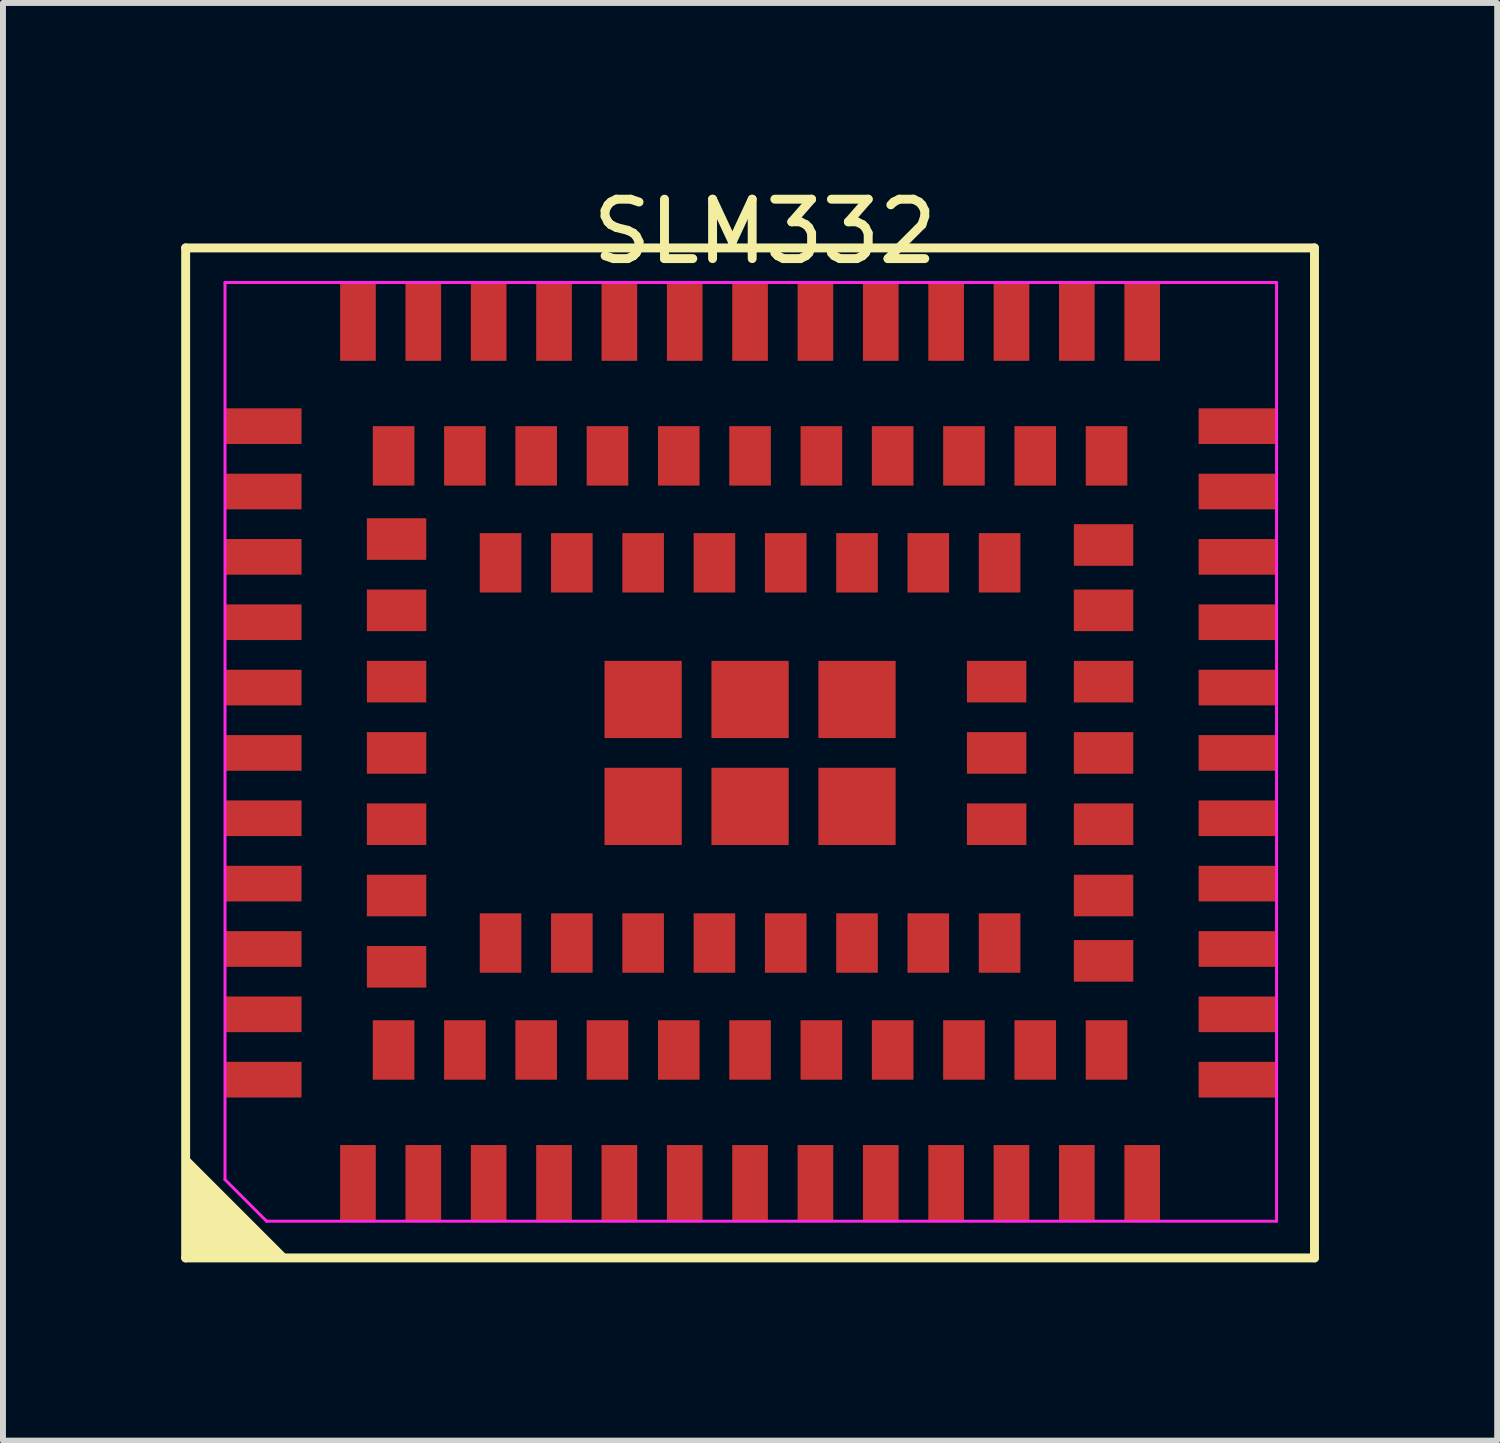
<source format=kicad_pcb>
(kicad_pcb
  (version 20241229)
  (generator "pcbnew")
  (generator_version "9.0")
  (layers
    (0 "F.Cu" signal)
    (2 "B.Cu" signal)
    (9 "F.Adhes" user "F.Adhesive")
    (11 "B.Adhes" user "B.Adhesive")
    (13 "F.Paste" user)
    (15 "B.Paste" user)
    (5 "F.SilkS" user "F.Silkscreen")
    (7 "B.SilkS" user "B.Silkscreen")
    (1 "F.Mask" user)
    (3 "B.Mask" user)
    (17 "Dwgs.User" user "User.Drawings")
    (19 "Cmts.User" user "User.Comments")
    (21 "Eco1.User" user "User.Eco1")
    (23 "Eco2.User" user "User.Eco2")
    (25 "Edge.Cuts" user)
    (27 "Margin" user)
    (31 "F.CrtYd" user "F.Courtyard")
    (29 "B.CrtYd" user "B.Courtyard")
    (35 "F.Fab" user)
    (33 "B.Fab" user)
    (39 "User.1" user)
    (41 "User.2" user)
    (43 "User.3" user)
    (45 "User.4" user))
  (footprint "SLM332"
    (layer "F.Cu")
    (at 9.825 9.873)
    (property "Reference" "SLM332" (at 0 -9.025 180) (layer "F.SilkS") (effects (font (size 1 1) (thickness 0.15))))
    (fp_line (start -9.75 -8.75) (end -9.75 8.25) (stroke (width 0.15) (type solid)) (layer "F.SilkS"))
    (fp_line (start 9.25 -8.75) (end -9.75 -8.75) (stroke (width 0.15) (type solid)) (layer "F.SilkS"))
    (fp_line (start 9.25 -8.75) (end 9.25 8.25) (stroke (width 0.15) (type solid)) (layer "F.SilkS"))
    (fp_line (start 9.25 8.25) (end -9.75 8.25) (stroke (width 0.15) (type solid)) (layer "F.SilkS"))
    (fp_poly (pts (xy -9.75 8.25) (xy -8 8.25) (xy -9.75 6.5)) (stroke (width 0) (type default)) (fill yes) (layer "F.SilkS"))
    (fp_poly (pts (xy -2.35 -1.25) (xy -2.31 -1.25) (xy -2.237 -1.28) (xy -2.18 -1.337) (xy -2.15 -1.41) (xy -2.15 -1.45) (xy -2.15 -1.49) (xy -2.18 -1.563) (xy -2.237 -1.62) (xy -2.31 -1.65) (xy -2.35 -1.65) (xy -2.39 -1.65) (xy -2.463 -1.62) (xy -2.52 -1.563) (xy -2.55 -1.49) (xy -2.55 -1.45) (xy -2.55 -1.41) (xy -2.52 -1.337) (xy -2.463 -1.28) (xy -2.39 -1.25)) (stroke (width 0) (type default)) (fill yes) (layer "F.Paste"))
    (fp_poly (pts (xy -2.35 -0.65) (xy -2.31 -0.65) (xy -2.237 -0.68) (xy -2.18 -0.737) (xy -2.15 -0.81) (xy -2.15 -0.85) (xy -2.15 -0.89) (xy -2.18 -0.963) (xy -2.237 -1.02) (xy -2.31 -1.05) (xy -2.35 -1.05) (xy -2.39 -1.05) (xy -2.463 -1.02) (xy -2.52 -0.963) (xy -2.55 -0.89) (xy -2.55 -0.85) (xy -2.55 -0.81) (xy -2.52 -0.737) (xy -2.463 -0.68) (xy -2.39 -0.65)) (stroke (width 0) (type default)) (fill yes) (layer "F.Paste"))
    (fp_poly (pts (xy -2.35 0.55) (xy -2.31 0.55) (xy -2.237 0.52) (xy -2.18 0.463) (xy -2.15 0.39) (xy -2.15 0.35) (xy -2.15 0.31) (xy -2.18 0.237) (xy -2.237 0.18) (xy -2.31 0.15) (xy -2.35 0.15) (xy -2.39 0.15) (xy -2.463 0.18) (xy -2.52 0.237) (xy -2.55 0.31) (xy -2.55 0.35) (xy -2.55 0.39) (xy -2.52 0.463) (xy -2.463 0.52) (xy -2.39 0.55)) (stroke (width 0) (type default)) (fill yes) (layer "F.Paste"))
    (fp_poly (pts (xy -2.35 1.15) (xy -2.31 1.15) (xy -2.237 1.12) (xy -2.18 1.063) (xy -2.15 0.99) (xy -2.15 0.95) (xy -2.15 0.91) (xy -2.18 0.837) (xy -2.237 0.78) (xy -2.31 0.75) (xy -2.35 0.75) (xy -2.39 0.75) (xy -2.463 0.78) (xy -2.52 0.837) (xy -2.55 0.91) (xy -2.55 0.95) (xy -2.55 0.99) (xy -2.52 1.063) (xy -2.463 1.12) (xy -2.39 1.15)) (stroke (width 0) (type default)) (fill yes) (layer "F.Paste"))
    (fp_poly (pts (xy -1.75 -1.25) (xy -1.71 -1.25) (xy -1.637 -1.28) (xy -1.58 -1.337) (xy -1.55 -1.41) (xy -1.55 -1.45) (xy -1.55 -1.49) (xy -1.58 -1.563) (xy -1.637 -1.62) (xy -1.71 -1.65) (xy -1.75 -1.65) (xy -1.79 -1.65) (xy -1.863 -1.62) (xy -1.92 -1.563) (xy -1.95 -1.49) (xy -1.95 -1.45) (xy -1.95 -1.41) (xy -1.92 -1.337) (xy -1.863 -1.28) (xy -1.79 -1.25)) (stroke (width 0) (type default)) (fill yes) (layer "F.Paste"))
    (fp_poly (pts (xy -1.75 -0.65) (xy -1.71 -0.65) (xy -1.637 -0.68) (xy -1.58 -0.737) (xy -1.55 -0.81) (xy -1.55 -0.85) (xy -1.55 -0.89) (xy -1.58 -0.963) (xy -1.637 -1.02) (xy -1.71 -1.05) (xy -1.75 -1.05) (xy -1.79 -1.05) (xy -1.863 -1.02) (xy -1.92 -0.963) (xy -1.95 -0.89) (xy -1.95 -0.85) (xy -1.95 -0.81) (xy -1.92 -0.737) (xy -1.863 -0.68) (xy -1.79 -0.65)) (stroke (width 0) (type default)) (fill yes) (layer "F.Paste"))
    (fp_poly (pts (xy -1.75 0.55) (xy -1.71 0.55) (xy -1.637 0.52) (xy -1.58 0.463) (xy -1.55 0.39) (xy -1.55 0.35) (xy -1.55 0.31) (xy -1.58 0.237) (xy -1.637 0.18) (xy -1.71 0.15) (xy -1.75 0.15) (xy -1.79 0.15) (xy -1.863 0.18) (xy -1.92 0.237) (xy -1.95 0.31) (xy -1.95 0.35) (xy -1.95 0.39) (xy -1.92 0.463) (xy -1.863 0.52) (xy -1.79 0.55)) (stroke (width 0) (type default)) (fill yes) (layer "F.Paste"))
    (fp_poly (pts (xy -1.75 1.15) (xy -1.71 1.15) (xy -1.637 1.12) (xy -1.58 1.063) (xy -1.55 0.99) (xy -1.55 0.95) (xy -1.55 0.91) (xy -1.58 0.837) (xy -1.637 0.78) (xy -1.71 0.75) (xy -1.75 0.75) (xy -1.79 0.75) (xy -1.863 0.78) (xy -1.92 0.837) (xy -1.95 0.91) (xy -1.95 0.95) (xy -1.95 0.99) (xy -1.92 1.063) (xy -1.863 1.12) (xy -1.79 1.15)) (stroke (width 0) (type default)) (fill yes) (layer "F.Paste"))
    (fp_poly (pts (xy -0.55 -1.25) (xy -0.51 -1.25) (xy -0.437 -1.28) (xy -0.38 -1.337) (xy -0.35 -1.41) (xy -0.35 -1.45) (xy -0.35 -1.49) (xy -0.38 -1.563) (xy -0.437 -1.62) (xy -0.51 -1.65) (xy -0.55 -1.65) (xy -0.59 -1.65) (xy -0.663 -1.62) (xy -0.72 -1.563) (xy -0.75 -1.49) (xy -0.75 -1.45) (xy -0.75 -1.41) (xy -0.72 -1.337) (xy -0.663 -1.28) (xy -0.59 -1.25)) (stroke (width 0) (type default)) (fill yes) (layer "F.Paste"))
    (fp_poly (pts (xy -0.55 -0.65) (xy -0.51 -0.65) (xy -0.437 -0.68) (xy -0.38 -0.737) (xy -0.35 -0.81) (xy -0.35 -0.85) (xy -0.35 -0.89) (xy -0.38 -0.963) (xy -0.437 -1.02) (xy -0.51 -1.05) (xy -0.55 -1.05) (xy -0.59 -1.05) (xy -0.663 -1.02) (xy -0.72 -0.963) (xy -0.75 -0.89) (xy -0.75 -0.85) (xy -0.75 -0.81) (xy -0.72 -0.737) (xy -0.663 -0.68) (xy -0.59 -0.65)) (stroke (width 0) (type default)) (fill yes) (layer "F.Paste"))
    (fp_poly (pts (xy -0.55 0.55) (xy -0.51 0.55) (xy -0.437 0.52) (xy -0.38 0.463) (xy -0.35 0.39) (xy -0.35 0.35) (xy -0.35 0.31) (xy -0.38 0.237) (xy -0.437 0.18) (xy -0.51 0.15) (xy -0.55 0.15) (xy -0.59 0.15) (xy -0.663 0.18) (xy -0.72 0.237) (xy -0.75 0.31) (xy -0.75 0.35) (xy -0.75 0.39) (xy -0.72 0.463) (xy -0.663 0.52) (xy -0.59 0.55)) (stroke (width 0) (type default)) (fill yes) (layer "F.Paste"))
    (fp_poly (pts (xy -0.55 1.15) (xy -0.51 1.15) (xy -0.437 1.12) (xy -0.38 1.063) (xy -0.35 0.99) (xy -0.35 0.95) (xy -0.35 0.91) (xy -0.38 0.837) (xy -0.437 0.78) (xy -0.51 0.75) (xy -0.55 0.75) (xy -0.59 0.75) (xy -0.663 0.78) (xy -0.72 0.837) (xy -0.75 0.91) (xy -0.75 0.95) (xy -0.75 0.99) (xy -0.72 1.063) (xy -0.663 1.12) (xy -0.59 1.15)) (stroke (width 0) (type default)) (fill yes) (layer "F.Paste"))
    (fp_poly (pts (xy 0.05 -1.25) (xy 0.09 -1.25) (xy 0.163 -1.28) (xy 0.22 -1.337) (xy 0.25 -1.41) (xy 0.25 -1.45) (xy 0.25 -1.49) (xy 0.22 -1.563) (xy 0.163 -1.62) (xy 0.09 -1.65) (xy 0.05 -1.65) (xy 0.01 -1.65) (xy -0.063 -1.62) (xy -0.12 -1.563) (xy -0.15 -1.49) (xy -0.15 -1.45) (xy -0.15 -1.41) (xy -0.12 -1.337) (xy -0.063 -1.28) (xy 0.01 -1.25)) (stroke (width 0) (type default)) (fill yes) (layer "F.Paste"))
    (fp_poly (pts (xy 0.05 -0.65) (xy 0.09 -0.65) (xy 0.163 -0.68) (xy 0.22 -0.737) (xy 0.25 -0.81) (xy 0.25 -0.85) (xy 0.25 -0.89) (xy 0.22 -0.963) (xy 0.163 -1.02) (xy 0.09 -1.05) (xy 0.05 -1.05) (xy 0.01 -1.05) (xy -0.063 -1.02) (xy -0.12 -0.963) (xy -0.15 -0.89) (xy -0.15 -0.85) (xy -0.15 -0.81) (xy -0.12 -0.737) (xy -0.063 -0.68) (xy 0.01 -0.65)) (stroke (width 0) (type default)) (fill yes) (layer "F.Paste"))
    (fp_poly (pts (xy 0.05 0.55) (xy 0.09 0.55) (xy 0.163 0.52) (xy 0.22 0.463) (xy 0.25 0.39) (xy 0.25 0.35) (xy 0.25 0.31) (xy 0.22 0.237) (xy 0.163 0.18) (xy 0.09 0.15) (xy 0.05 0.15) (xy 0.01 0.15) (xy -0.063 0.18) (xy -0.12 0.237) (xy -0.15 0.31) (xy -0.15 0.35) (xy -0.15 0.39) (xy -0.12 0.463) (xy -0.063 0.52) (xy 0.01 0.55)) (stroke (width 0) (type default)) (fill yes) (layer "F.Paste"))
    (fp_poly (pts (xy 0.05 1.15) (xy 0.09 1.15) (xy 0.163 1.12) (xy 0.22 1.063) (xy 0.25 0.99) (xy 0.25 0.95) (xy 0.25 0.91) (xy 0.22 0.837) (xy 0.163 0.78) (xy 0.09 0.75) (xy 0.05 0.75) (xy 0.01 0.75) (xy -0.063 0.78) (xy -0.12 0.837) (xy -0.15 0.91) (xy -0.15 0.95) (xy -0.15 0.99) (xy -0.12 1.063) (xy -0.063 1.12) (xy 0.01 1.15)) (stroke (width 0) (type default)) (fill yes) (layer "F.Paste"))
    (fp_poly (pts (xy 1.25 -1.25) (xy 1.29 -1.25) (xy 1.363 -1.28) (xy 1.42 -1.337) (xy 1.45 -1.41) (xy 1.45 -1.45) (xy 1.45 -1.49) (xy 1.42 -1.563) (xy 1.363 -1.62) (xy 1.29 -1.65) (xy 1.25 -1.65) (xy 1.21 -1.65) (xy 1.137 -1.62) (xy 1.08 -1.563) (xy 1.05 -1.49) (xy 1.05 -1.45) (xy 1.05 -1.41) (xy 1.08 -1.337) (xy 1.137 -1.28) (xy 1.21 -1.25)) (stroke (width 0) (type default)) (fill yes) (layer "F.Paste"))
    (fp_poly (pts (xy 1.25 -0.65) (xy 1.29 -0.65) (xy 1.363 -0.68) (xy 1.42 -0.737) (xy 1.45 -0.81) (xy 1.45 -0.85) (xy 1.45 -0.89) (xy 1.42 -0.963) (xy 1.363 -1.02) (xy 1.29 -1.05) (xy 1.25 -1.05) (xy 1.21 -1.05) (xy 1.137 -1.02) (xy 1.08 -0.963) (xy 1.05 -0.89) (xy 1.05 -0.85) (xy 1.05 -0.81) (xy 1.08 -0.737) (xy 1.137 -0.68) (xy 1.21 -0.65)) (stroke (width 0) (type default)) (fill yes) (layer "F.Paste"))
    (fp_poly (pts (xy 1.25 0.55) (xy 1.29 0.55) (xy 1.363 0.52) (xy 1.42 0.463) (xy 1.45 0.39) (xy 1.45 0.35) (xy 1.45 0.31) (xy 1.42 0.237) (xy 1.363 0.18) (xy 1.29 0.15) (xy 1.25 0.15) (xy 1.21 0.15) (xy 1.137 0.18) (xy 1.08 0.237) (xy 1.05 0.31) (xy 1.05 0.35) (xy 1.05 0.39) (xy 1.08 0.463) (xy 1.137 0.52) (xy 1.21 0.55)) (stroke (width 0) (type default)) (fill yes) (layer "F.Paste"))
    (fp_poly (pts (xy 1.25 1.15) (xy 1.29 1.15) (xy 1.363 1.12) (xy 1.42 1.063) (xy 1.45 0.99) (xy 1.45 0.95) (xy 1.45 0.91) (xy 1.42 0.837) (xy 1.363 0.78) (xy 1.29 0.75) (xy 1.25 0.75) (xy 1.21 0.75) (xy 1.137 0.78) (xy 1.08 0.837) (xy 1.05 0.91) (xy 1.05 0.95) (xy 1.05 0.99) (xy 1.08 1.063) (xy 1.137 1.12) (xy 1.21 1.15)) (stroke (width 0) (type default)) (fill yes) (layer "F.Paste"))
    (fp_poly (pts (xy 1.85 -1.25) (xy 1.89 -1.25) (xy 1.963 -1.28) (xy 2.02 -1.337) (xy 2.05 -1.41) (xy 2.05 -1.45) (xy 2.05 -1.49) (xy 2.02 -1.563) (xy 1.963 -1.62) (xy 1.89 -1.65) (xy 1.85 -1.65) (xy 1.81 -1.65) (xy 1.737 -1.62) (xy 1.68 -1.563) (xy 1.65 -1.49) (xy 1.65 -1.45) (xy 1.65 -1.41) (xy 1.68 -1.337) (xy 1.737 -1.28) (xy 1.81 -1.25)) (stroke (width 0) (type default)) (fill yes) (layer "F.Paste"))
    (fp_poly (pts (xy 1.85 -0.65) (xy 1.89 -0.65) (xy 1.963 -0.68) (xy 2.02 -0.737) (xy 2.05 -0.81) (xy 2.05 -0.85) (xy 2.05 -0.89) (xy 2.02 -0.963) (xy 1.963 -1.02) (xy 1.89 -1.05) (xy 1.85 -1.05) (xy 1.81 -1.05) (xy 1.737 -1.02) (xy 1.68 -0.963) (xy 1.65 -0.89) (xy 1.65 -0.85) (xy 1.65 -0.81) (xy 1.68 -0.737) (xy 1.737 -0.68) (xy 1.81 -0.65)) (stroke (width 0) (type default)) (fill yes) (layer "F.Paste"))
    (fp_poly (pts (xy 1.85 0.55) (xy 1.89 0.55) (xy 1.963 0.52) (xy 2.02 0.463) (xy 2.05 0.39) (xy 2.05 0.35) (xy 2.05 0.31) (xy 2.02 0.237) (xy 1.963 0.18) (xy 1.89 0.15) (xy 1.85 0.15) (xy 1.81 0.15) (xy 1.737 0.18) (xy 1.68 0.237) (xy 1.65 0.31) (xy 1.65 0.35) (xy 1.65 0.39) (xy 1.68 0.463) (xy 1.737 0.52) (xy 1.81 0.55)) (stroke (width 0) (type default)) (fill yes) (layer "F.Paste"))
    (fp_poly (pts (xy 1.85 1.15) (xy 1.89 1.15) (xy 1.963 1.12) (xy 2.02 1.063) (xy 2.05 0.99) (xy 2.05 0.95) (xy 2.05 0.91) (xy 2.02 0.837) (xy 1.963 0.78) (xy 1.89 0.75) (xy 1.85 0.75) (xy 1.81 0.75) (xy 1.737 0.78) (xy 1.68 0.837) (xy 1.65 0.91) (xy 1.65 0.95) (xy 1.65 0.99) (xy 1.68 1.063) (xy 1.737 1.12) (xy 1.81 1.15)) (stroke (width 0) (type default)) (fill yes) (layer "F.Paste"))
    (fp_line (start -9.088 6.932) (end -9.088 -8.168) (stroke (width 0.05) (type solid)) (layer "F.CrtYd"))
    (fp_line (start -8.388 7.632) (end -9.088 6.932) (stroke (width 0.05) (type solid)) (layer "F.CrtYd"))
    (fp_line (start 8.612 -8.168) (end -9.088 -8.168) (stroke (width 0.05) (type solid)) (layer "F.CrtYd"))
    (fp_line (start 8.612 7.632) (end -8.388 7.632) (stroke (width 0.05) (type solid)) (layer "F.CrtYd"))
    (fp_line (start 8.612 7.632) (end 8.612 -8.168) (stroke (width 0.05) (type solid)) (layer "F.CrtYd"))
    (pad "1" smd rect (at -6.85 7 90) (size 1.3 0.6) (layers "F.Cu" "F.Mask" "F.Paste"))
    (pad "2" smd rect (at -5.75 7 90) (size 1.3 0.6) (layers "F.Cu" "F.Mask" "F.Paste"))
    (pad "3" smd rect (at -4.65 7 90) (size 1.3 0.6) (layers "F.Cu" "F.Mask" "F.Paste"))
    (pad "4" smd rect (at -3.55 7 90) (size 1.3 0.6) (layers "F.Cu" "F.Mask" "F.Paste"))
    (pad "5" smd rect (at -2.45 7 90) (size 1.3 0.6) (layers "F.Cu" "F.Mask" "F.Paste"))
    (pad "6" smd rect (at -1.35 7 90) (size 1.3 0.6) (layers "F.Cu" "F.Mask" "F.Paste"))
    (pad "7" smd rect (at -0.25 7 90) (size 1.3 0.6) (layers "F.Cu" "F.Mask" "F.Paste"))
    (pad "8" smd rect (at 0.85 7 90) (size 1.3 0.6) (layers "F.Cu" "F.Mask" "F.Paste"))
    (pad "9" smd rect (at 1.95 7 90) (size 1.3 0.6) (layers "F.Cu" "F.Mask" "F.Paste"))
    (pad "10" smd rect (at 3.05 7 90) (size 1.3 0.6) (layers "F.Cu" "F.Mask" "F.Paste"))
    (pad "11" smd rect (at 4.15 7 90) (size 1.3 0.6) (layers "F.Cu" "F.Mask" "F.Paste"))
    (pad "12" smd rect (at 5.25 7 90) (size 1.3 0.6) (layers "F.Cu" "F.Mask" "F.Paste"))
    (pad "13" smd rect (at 6.35 7 90) (size 1.3 0.6) (layers "F.Cu" "F.Mask" "F.Paste"))
    (pad "14" smd rect (at 7.95 4.15 180) (size 1.3 0.6) (layers "F.Cu" "F.Mask" "F.Paste"))
    (pad "15" smd rect (at 7.95 3.05 180) (size 1.3 0.6) (layers "F.Cu" "F.Mask" "F.Paste"))
    (pad "16" smd rect (at 7.95 1.95 180) (size 1.3 0.6) (layers "F.Cu" "F.Mask" "F.Paste"))
    (pad "17" smd rect (at 7.95 0.85 180) (size 1.3 0.6) (layers "F.Cu" "F.Mask" "F.Paste"))
    (pad "18" smd rect (at 7.95 -0.25 180) (size 1.3 0.6) (layers "F.Cu" "F.Mask" "F.Paste"))
    (pad "19" smd rect (at 7.95 -1.35 180) (size 1.3 0.6) (layers "F.Cu" "F.Mask" "F.Paste"))
    (pad "20" smd rect (at 7.95 -2.45 180) (size 1.3 0.6) (layers "F.Cu" "F.Mask" "F.Paste"))
    (pad "21" smd rect (at 7.95 -3.55 180) (size 1.3 0.6) (layers "F.Cu" "F.Mask" "F.Paste"))
    (pad "22" smd rect (at 7.95 -4.65 180) (size 1.3 0.6) (layers "F.Cu" "F.Mask" "F.Paste"))
    (pad "23" smd rect (at 6.35 -7.5 90) (size 1.3 0.6) (layers "F.Cu" "F.Mask" "F.Paste"))
    (pad "24" smd rect (at 5.25 -7.5 90) (size 1.3 0.6) (layers "F.Cu" "F.Mask" "F.Paste"))
    (pad "25" smd rect (at 4.15 -7.5 90) (size 1.3 0.6) (layers "F.Cu" "F.Mask" "F.Paste"))
    (pad "26" smd rect (at 3.05 -7.5 90) (size 1.3 0.6) (layers "F.Cu" "F.Mask" "F.Paste"))
    (pad "27" smd rect (at 1.95 -7.5 90) (size 1.3 0.6) (layers "F.Cu" "F.Mask" "F.Paste"))
    (pad "28" smd rect (at 0.85 -7.5 90) (size 1.3 0.6) (layers "F.Cu" "F.Mask" "F.Paste"))
    (pad "29" smd rect (at -0.25 -7.5 90) (size 1.3 0.6) (layers "F.Cu" "F.Mask" "F.Paste"))
    (pad "30" smd rect (at -1.35 -7.5 90) (size 1.3 0.6) (layers "F.Cu" "F.Mask" "F.Paste"))
    (pad "31" smd rect (at -2.45 -7.5 90) (size 1.3 0.6) (layers "F.Cu" "F.Mask" "F.Paste"))
    (pad "32" smd rect (at -3.55 -7.5 90) (size 1.3 0.6) (layers "F.Cu" "F.Mask" "F.Paste"))
    (pad "33" smd rect (at -4.65 -7.5 90) (size 1.3 0.6) (layers "F.Cu" "F.Mask" "F.Paste"))
    (pad "34" smd rect (at -5.75 -7.5 90) (size 1.3 0.6) (layers "F.Cu" "F.Mask" "F.Paste"))
    (pad "35" smd rect (at -6.85 -7.5 90) (size 1.3 0.6) (layers "F.Cu" "F.Mask" "F.Paste"))
    (pad "36" smd rect (at -8.45 -4.65 180) (size 1.3 0.6) (layers "F.Cu" "F.Mask" "F.Paste"))
    (pad "37" smd rect (at -8.45 -3.55 180) (size 1.3 0.6) (layers "F.Cu" "F.Mask" "F.Paste"))
    (pad "38" smd rect (at -8.45 -2.45 180) (size 1.3 0.6) (layers "F.Cu" "F.Mask" "F.Paste"))
    (pad "39" smd rect (at -8.45 -1.35 180) (size 1.3 0.6) (layers "F.Cu" "F.Mask" "F.Paste"))
    (pad "40" smd rect (at -8.45 -0.25 180) (size 1.3 0.6) (layers "F.Cu" "F.Mask" "F.Paste"))
    (pad "41" smd rect (at -8.45 0.85 180) (size 1.3 0.6) (layers "F.Cu" "F.Mask" "F.Paste"))
    (pad "42" smd rect (at -8.45 1.95 180) (size 1.3 0.6) (layers "F.Cu" "F.Mask" "F.Paste"))
    (pad "43" smd rect (at -8.45 3.05 180) (size 1.3 0.6) (layers "F.Cu" "F.Mask" "F.Paste"))
    (pad "44" smd rect (at -8.45 4.15 180) (size 1.3 0.6) (layers "F.Cu" "F.Mask" "F.Paste"))
    (pad "45" smd rect (at -5.05 4.75 90) (size 1 0.7) (layers "F.Cu" "F.Mask" "F.Paste"))
    (pad "46" smd rect (at -3.85 4.75 90) (size 1 0.7) (layers "F.Cu" "F.Mask" "F.Paste"))
    (pad "47" smd rect (at -2.65 4.75 90) (size 1 0.7) (layers "F.Cu" "F.Mask" "F.Paste"))
    (pad "48" smd rect (at -1.45 4.75 90) (size 1 0.7) (layers "F.Cu" "F.Mask" "F.Paste"))
    (pad "49" smd rect (at -0.25 4.75 90) (size 1 0.7) (layers "F.Cu" "F.Mask" "F.Paste"))
    (pad "50" smd rect (at 0.95 4.75 90) (size 1 0.7) (layers "F.Cu" "F.Mask" "F.Paste"))
    (pad "51" smd rect (at 2.15 4.75 90) (size 1 0.7) (layers "F.Cu" "F.Mask" "F.Paste"))
    (pad "52" smd rect (at 3.35 4.75 90) (size 1 0.7) (layers "F.Cu" "F.Mask" "F.Paste"))
    (pad "53" smd rect (at 4.55 4.75 90) (size 1 0.7) (layers "F.Cu" "F.Mask" "F.Paste"))
    (pad "54" smd rect (at 5.7 2.15 180) (size 1 0.7) (layers "F.Cu" "F.Mask" "F.Paste"))
    (pad "55" smd rect (at 5.7 0.95 180) (size 1 0.7) (layers "F.Cu" "F.Mask" "F.Paste"))
    (pad "56" smd rect (at 5.7 -0.25 180) (size 1 0.7) (layers "F.Cu" "F.Mask" "F.Paste"))
    (pad "57" smd rect (at 5.7 -1.45 180) (size 1 0.7) (layers "F.Cu" "F.Mask" "F.Paste"))
    (pad "58" smd rect (at 5.7 -2.65 180) (size 1 0.7) (layers "F.Cu" "F.Mask" "F.Paste"))
    (pad "59" smd rect (at 4.55 -5.25 90) (size 1 0.7) (layers "F.Cu" "F.Mask" "F.Paste"))
    (pad "60" smd rect (at 3.35 -5.25 90) (size 1 0.7) (layers "F.Cu" "F.Mask" "F.Paste"))
    (pad "61" smd rect (at 2.15 -5.25 90) (size 1 0.7) (layers "F.Cu" "F.Mask" "F.Paste"))
    (pad "62" smd rect (at 0.95 -5.25 90) (size 1 0.7) (layers "F.Cu" "F.Mask" "F.Paste"))
    (pad "63" smd rect (at -0.25 -5.25 90) (size 1 0.7) (layers "F.Cu" "F.Mask" "F.Paste"))
    (pad "64" smd rect (at -1.45 -5.25 90) (size 1 0.7) (layers "F.Cu" "F.Mask" "F.Paste"))
    (pad "65" smd rect (at -2.65 -5.25 90) (size 1 0.7) (layers "F.Cu" "F.Mask" "F.Paste"))
    (pad "66" smd rect (at -3.85 -5.25 90) (size 1 0.7) (layers "F.Cu" "F.Mask" "F.Paste"))
    (pad "67" smd rect (at -5.05 -5.25 90) (size 1 0.7) (layers "F.Cu" "F.Mask" "F.Paste"))
    (pad "68" smd rect (at -6.2 -2.65 180) (size 1 0.7) (layers "F.Cu" "F.Mask" "F.Paste"))
    (pad "69" smd rect (at -6.2 -1.45 180) (size 1 0.7) (layers "F.Cu" "F.Mask" "F.Paste"))
    (pad "70" smd rect (at -6.2 -0.25 180) (size 1 0.7) (layers "F.Cu" "F.Mask" "F.Paste"))
    (pad "71" smd rect (at -6.2 0.95 180) (size 1 0.7) (layers "F.Cu" "F.Mask" "F.Paste"))
    (pad "72" smd rect (at -6.2 2.15 180) (size 1 0.7) (layers "F.Cu" "F.Mask" "F.Paste"))
    (pad "73" smd rect (at -4.45 2.95 90) (size 1 0.7) (layers "F.Cu" "F.Mask" "F.Paste"))
    (pad "74" smd rect (at -3.25 2.95 90) (size 1 0.7) (layers "F.Cu" "F.Mask" "F.Paste"))
    (pad "75" smd rect (at -2.05 2.95 90) (size 1 0.7) (layers "F.Cu" "F.Mask" "F.Paste"))
    (pad "76" smd rect (at -0.85 2.95 90) (size 1 0.7) (layers "F.Cu" "F.Mask" "F.Paste"))
    (pad "77" smd rect (at 0.35 2.95 90) (size 1 0.7) (layers "F.Cu" "F.Mask" "F.Paste"))
    (pad "78" smd rect (at 1.55 2.95 90) (size 1 0.7) (layers "F.Cu" "F.Mask" "F.Paste"))
    (pad "79" smd rect (at 2.75 2.95 90) (size 1 0.7) (layers "F.Cu" "F.Mask" "F.Paste"))
    (pad "80" smd rect (at 3.95 2.95 90) (size 1 0.7) (layers "F.Cu" "F.Mask" "F.Paste"))
    (pad "81" smd rect (at 3.95 -3.45 90) (size 1 0.7) (layers "F.Cu" "F.Mask" "F.Paste"))
    (pad "82" smd rect (at 2.75 -3.45 90) (size 1 0.7) (layers "F.Cu" "F.Mask" "F.Paste"))
    (pad "83" smd rect (at 1.55 -3.45 90) (size 1 0.7) (layers "F.Cu" "F.Mask" "F.Paste"))
    (pad "84" smd rect (at 0.35 -3.45 90) (size 1 0.7) (layers "F.Cu" "F.Mask" "F.Paste"))
    (pad "85" smd rect (at -0.85 -3.45 90) (size 1 0.7) (layers "F.Cu" "F.Mask" "F.Paste"))
    (pad "86" smd rect (at -2.05 -3.45 90) (size 1 0.7) (layers "F.Cu" "F.Mask" "F.Paste"))
    (pad "87" smd rect (at -3.25 -3.45 90) (size 1 0.7) (layers "F.Cu" "F.Mask" "F.Paste"))
    (pad "88" smd rect (at -4.45 -3.45 90) (size 1 0.7) (layers "F.Cu" "F.Mask" "F.Paste"))
    (pad "89" smd rect (at -2.05 0.65 90) (size 1.3 1.3) (layers "F.Cu" "F.Mask" "F.Paste"))
    (pad "90" smd rect (at -0.25 0.65 90) (size 1.3 1.3) (layers "F.Cu" "F.Mask" "F.Paste"))
    (pad "91" smd rect (at 1.55 0.65 90) (size 1.3 1.3) (layers "F.Cu" "F.Mask" "F.Paste"))
    (pad "92" smd rect (at 1.55 -1.15 90) (size 1.3 1.3) (layers "F.Cu" "F.Mask" "F.Paste"))
    (pad "93" smd rect (at -0.25 -1.15 90) (size 1.3 1.3) (layers "F.Cu" "F.Mask" "F.Paste"))
    (pad "94" smd rect (at -2.05 -1.15 90) (size 1.3 1.3) (layers "F.Cu" "F.Mask" "F.Paste"))
    (pad "95" smd rect (at 7.95 5.25 180) (size 1.3 0.6) (layers "F.Cu" "F.Mask" "F.Paste"))
    (pad "96" smd rect (at 7.95 -5.75 180) (size 1.3 0.6) (layers "F.Cu" "F.Mask" "F.Paste"))
    (pad "97" smd rect (at -8.45 -5.75 180) (size 1.3 0.6) (layers "F.Cu" "F.Mask" "F.Paste"))
    (pad "98" smd rect (at -8.45 5.25 180) (size 1.3 0.6) (layers "F.Cu" "F.Mask" "F.Paste"))
    (pad "99" smd rect (at -6.25 4.75 90) (size 1 0.7) (layers "F.Cu" "F.Mask" "F.Paste"))
    (pad "100" smd rect (at 5.75 4.75 90) (size 1 0.7) (layers "F.Cu" "F.Mask" "F.Paste"))
    (pad "101" smd rect (at 5.7 3.25 180) (size 1 0.7) (layers "F.Cu" "F.Mask" "F.Paste"))
    (pad "102" smd rect (at 5.7 -3.75 180) (size 1 0.7) (layers "F.Cu" "F.Mask" "F.Paste"))
    (pad "103" smd rect (at 5.75 -5.25 90) (size 1 0.7) (layers "F.Cu" "F.Mask" "F.Paste"))
    (pad "104" smd rect (at -6.25 -5.25 90) (size 1 0.7) (layers "F.Cu" "F.Mask" "F.Paste"))
    (pad "105" smd rect (at -6.2 -3.85 180) (size 1 0.7) (layers "F.Cu" "F.Mask" "F.Paste"))
    (pad "106" smd rect (at -6.2 3.35 180) (size 1 0.7) (layers "F.Cu" "F.Mask" "F.Paste"))
    (pad "107" smd rect (at 3.9 0.95 180) (size 1 0.7) (layers "F.Cu" "F.Mask" "F.Paste"))
    (pad "108" smd rect (at 3.9 -0.25 180) (size 1 0.7) (layers "F.Cu" "F.Mask" "F.Paste"))
    (pad "109" smd rect (at 3.9 -1.45 180) (size 1 0.7) (layers "F.Cu" "F.Mask" "F.Paste")))
  (gr_rect
    (start -3 -3)
    (end 22.15 21.198)
    (stroke (width 0.1) (type default))
    (fill no)
    (layer "Edge.Cuts")))
</source>
